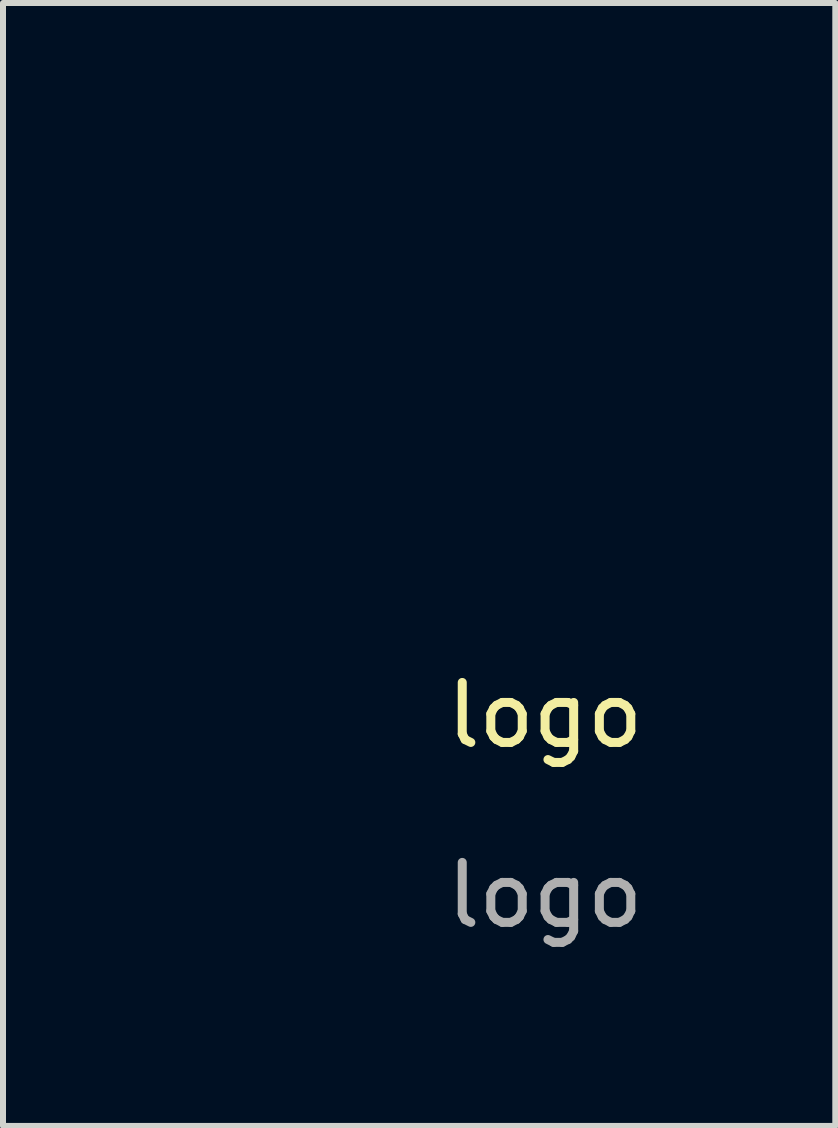
<source format=kicad_pcb>
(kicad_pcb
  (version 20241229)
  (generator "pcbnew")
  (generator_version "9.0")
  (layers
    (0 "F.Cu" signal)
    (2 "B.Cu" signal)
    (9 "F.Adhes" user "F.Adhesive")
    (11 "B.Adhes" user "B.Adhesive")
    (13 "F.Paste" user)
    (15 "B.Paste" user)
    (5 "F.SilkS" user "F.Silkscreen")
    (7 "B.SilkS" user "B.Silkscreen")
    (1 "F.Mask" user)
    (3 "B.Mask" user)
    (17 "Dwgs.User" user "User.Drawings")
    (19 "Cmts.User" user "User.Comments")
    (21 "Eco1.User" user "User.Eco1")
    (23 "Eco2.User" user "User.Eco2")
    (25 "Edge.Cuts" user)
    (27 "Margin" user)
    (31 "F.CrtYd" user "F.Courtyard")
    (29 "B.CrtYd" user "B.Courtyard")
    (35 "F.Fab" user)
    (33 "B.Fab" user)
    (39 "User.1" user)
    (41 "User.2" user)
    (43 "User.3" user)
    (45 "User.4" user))
  (footprint "logo"
    (layer "F.Cu")
    (at 6.037 9.372)
    (property "Reference" "logo" (at 0 -0.5 0) (unlocked yes) (layer "F.SilkS") (effects (font (size 1 1) (thickness 0.15))))
    (attr smd)
    (fp_poly (pts (xy 0.289 -8.92) (xy 0.408 -8.861) (xy 0.524 -8.803) (xy 0.636 -8.747) (xy 0.742 -8.693) (xy 0.841 -8.643) (xy 0.933 -8.597) (xy 1.016 -8.556) (xy 1.088 -8.519) (xy 1.15 -8.487) (xy 1.2 -8.462) (xy 1.237 -8.443) (xy 1.259 -8.431) (xy 1.263 -8.429) (xy 1.378 -8.353) (xy 1.482 -8.265) (xy 1.574 -8.167) (xy 1.652 -8.06) (xy 1.717 -7.945) (xy 1.769 -7.823) (xy 1.807 -7.696) (xy 1.83 -7.566) (xy 1.838 -7.434) (xy 1.831 -7.301) (xy 1.808 -7.168) (xy 1.769 -7.037) (xy 1.73 -6.945) (xy 1.661 -6.819) (xy 1.579 -6.705) (xy 1.484 -6.602) (xy 1.378 -6.512) (xy 1.26 -6.436) (xy 1.131 -6.372) (xy 0.993 -6.322) (xy 0.962 -6.314) (xy 0.858 -6.286) (xy -0.339 -6.283) (xy -1.537 -6.281) (xy -1.539 -5.822) (xy -1.54 -5.72) (xy -1.54 -5.634) (xy -1.541 -5.563) (xy -1.542 -5.505) (xy -1.543 -5.459) (xy -1.544 -5.422) (xy -1.545 -5.394) (xy -1.547 -5.372) (xy -1.549 -5.356) (xy -1.552 -5.343) (xy -1.556 -5.333) (xy -1.56 -5.324) (xy -1.561 -5.321) (xy -1.587 -5.279) (xy -1.624 -5.237) (xy -1.666 -5.201) (xy -1.702 -5.18) (xy -1.766 -5.162) (xy -1.833 -5.158) (xy -1.9 -5.169) (xy -1.961 -5.195) (xy -1.979 -5.206) (xy -1.997 -5.222) (xy -2.022 -5.248) (xy -2.052 -5.281) (xy -2.082 -5.318) (xy -2.089 -5.326) (xy -2.136 -5.383) (xy -2.192 -5.446) (xy -2.253 -5.511) (xy -2.316 -5.574) (xy -2.377 -5.631) (xy -2.431 -5.679) (xy -2.443 -5.689) (xy -2.568 -5.782) (xy -2.69 -5.858) (xy -2.811 -5.918) (xy -2.932 -5.96) (xy -3.053 -5.987) (xy -3.175 -5.998) (xy -3.243 -5.997) (xy -3.383 -5.985) (xy -3.511 -5.962) (xy -3.627 -5.928) (xy -3.73 -5.884) (xy -3.82 -5.83) (xy -3.896 -5.766) (xy -3.935 -5.723) (xy -3.973 -5.671) (xy -4.002 -5.621) (xy -4.025 -5.564) (xy -4.039 -5.521) (xy -4.049 -5.486) (xy -4.056 -5.456) (xy -4.06 -5.425) (xy -4.062 -5.389) (xy -4.063 -5.342) (xy -4.063 -5.314) (xy -4.058 -5.198) (xy -4.041 -5.087) (xy -4.012 -4.979) (xy -3.97 -4.867) (xy -3.951 -4.826) (xy -3.88 -4.692) (xy -3.796 -4.567) (xy -3.701 -4.454) (xy -3.597 -4.352) (xy -3.484 -4.264) (xy -3.363 -4.189) (xy -3.236 -4.129) (xy -3.104 -4.085) (xy -3.041 -4.07) (xy -3.004 -4.064) (xy -2.954 -4.06) (xy -2.893 -4.056) (xy -2.824 -4.053) (xy -2.752 -4.05) (xy -2.679 -4.049) (xy -2.61 -4.05) (xy -2.547 -4.051) (xy -2.495 -4.053) (xy -2.464 -4.056) (xy -2.331 -4.076) (xy -2.196 -4.104) (xy -2.057 -4.141) (xy -1.911 -4.187) (xy -1.756 -4.243) (xy -1.59 -4.309) (xy -1.523 -4.338) (xy -1.444 -4.374) (xy -1.355 -4.416) (xy -1.259 -4.463) (xy -1.158 -4.513) (xy -1.056 -4.565) (xy -0.955 -4.617) (xy -0.858 -4.668) (xy -0.768 -4.717) (xy -0.73 -4.738) (xy -0.672 -4.77) (xy -0.617 -4.799) (xy -0.568 -4.825) (xy -0.526 -4.845) (xy -0.495 -4.86) (xy -0.477 -4.867) (xy -0.477 -4.867) (xy -0.427 -4.873) (xy -0.371 -4.87) (xy -0.317 -4.858) (xy -0.295 -4.85) (xy -0.253 -4.825) (xy -0.212 -4.789) (xy -0.176 -4.747) (xy -0.154 -4.709) (xy -0.144 -4.681) (xy -0.138 -4.65) (xy -0.135 -4.61) (xy -0.135 -4.593) (xy -0.136 -4.562) (xy -0.138 -4.537) (xy -0.142 -4.513) (xy -0.151 -4.485) (xy -0.164 -4.451) (xy -0.183 -4.404) (xy -0.278 -4.194) (xy -0.385 -3.99) (xy -0.504 -3.793) (xy -0.632 -3.605) (xy -0.768 -3.429) (xy -0.912 -3.266) (xy -1.063 -3.117) (xy -1.111 -3.074) (xy -1.292 -2.925) (xy -1.477 -2.794) (xy -1.666 -2.679) (xy -1.86 -2.581) (xy -2.059 -2.5) (xy -2.264 -2.435) (xy -2.474 -2.387) (xy -2.611 -2.364) (xy -2.648 -2.36) (xy -2.698 -2.357) (xy -2.757 -2.353) (xy -2.822 -2.35) (xy -2.891 -2.348) (xy -2.958 -2.346) (xy -3.02 -2.345) (xy -3.075 -2.345) (xy -3.119 -2.346) (xy -3.142 -2.348) (xy -3.268 -2.361) (xy -3.38 -2.377) (xy -3.484 -2.395) (xy -3.583 -2.415) (xy -3.661 -2.435) (xy -3.876 -2.5) (xy -4.085 -2.581) (xy -4.287 -2.678) (xy -4.48 -2.789) (xy -4.665 -2.915) (xy -4.842 -3.053) (xy -5.008 -3.205) (xy -5.165 -3.37) (xy -5.31 -3.546) (xy -5.445 -3.733) (xy -5.567 -3.931) (xy -5.677 -4.139) (xy -5.774 -4.356) (xy -5.857 -4.582) (xy -5.902 -4.726) (xy -5.957 -4.948) (xy -5.998 -5.177) (xy -6.025 -5.412) (xy -6.037 -5.649) (xy -6.035 -5.885) (xy -6.018 -6.117) (xy -5.99 -6.321) (xy -5.962 -6.462) (xy -5.927 -6.609) (xy -5.886 -6.758) (xy -5.841 -6.904) (xy -5.791 -7.041) (xy -5.745 -7.156) (xy -5.641 -7.373) (xy -5.525 -7.58) (xy -5.439 -7.71) (xy -0.126 -7.71) (xy -0.125 -7.645) (xy -0.107 -7.583) (xy -0.103 -7.574) (xy -0.066 -7.514) (xy -0.019 -7.467) (xy 0.037 -7.434) (xy 0.099 -7.414) (xy 0.164 -7.41) (xy 0.23 -7.421) (xy 0.267 -7.435) (xy 0.324 -7.47) (xy 0.37 -7.516) (xy 0.402 -7.57) (xy 0.422 -7.629) (xy 0.429 -7.691) (xy 0.422 -7.754) (xy 0.4 -7.814) (xy 0.364 -7.869) (xy 0.348 -7.886) (xy 0.296 -7.926) (xy 0.236 -7.953) (xy 0.172 -7.965) (xy 0.108 -7.963) (xy 0.045 -7.946) (xy -0.013 -7.914) (xy -0.047 -7.886) (xy -0.087 -7.834) (xy -0.114 -7.774) (xy -0.126 -7.71) (xy -5.439 -7.71) (xy -5.396 -7.776) (xy -5.255 -7.961) (xy -5.104 -8.134) (xy -4.942 -8.294) (xy -4.77 -8.442) (xy -4.589 -8.576) (xy -4.4 -8.696) (xy -4.203 -8.802) (xy -3.998 -8.892) (xy -3.787 -8.967) (xy -3.661 -9.003) (xy -3.521 -9.036) (xy -3.386 -9.061) (xy -3.249 -9.078) (xy -3.106 -9.089) (xy -3.023 -9.092) (xy -2.79 -9.09) (xy -2.56 -9.071) (xy -2.332 -9.035) (xy -2.108 -8.981) (xy -1.887 -8.911) (xy -1.672 -8.824) (xy -1.6 -8.79) (xy -1.408 -8.691) (xy -1.232 -8.585) (xy -1.072 -8.472) (xy -1.048 -8.453) (xy -0.979 -8.399) (xy -0.97 -9.17) (xy -0.949 -9.213) (xy -0.918 -9.261) (xy -0.877 -9.306) (xy -0.831 -9.341) (xy -0.809 -9.353) (xy -0.782 -9.363) (xy -0.751 -9.369) (xy -0.712 -9.371) (xy -0.691 -9.372) (xy -0.615 -9.372)) (stroke (width 0) (type solid)) (fill yes) (layer "F.Mask"))
    (fp_text user "${REFERENCE}" (at 0 2.5 0) (unlocked yes) (layer "F.Fab") (effects (font (size 1 1) (thickness 0.15)))))
  (gr_rect
    (start -3 -3)
    (end 10.875 15.72)
    (stroke (width 0.1) (type default))
    (fill no)
    (layer "Edge.Cuts")))
</source>
